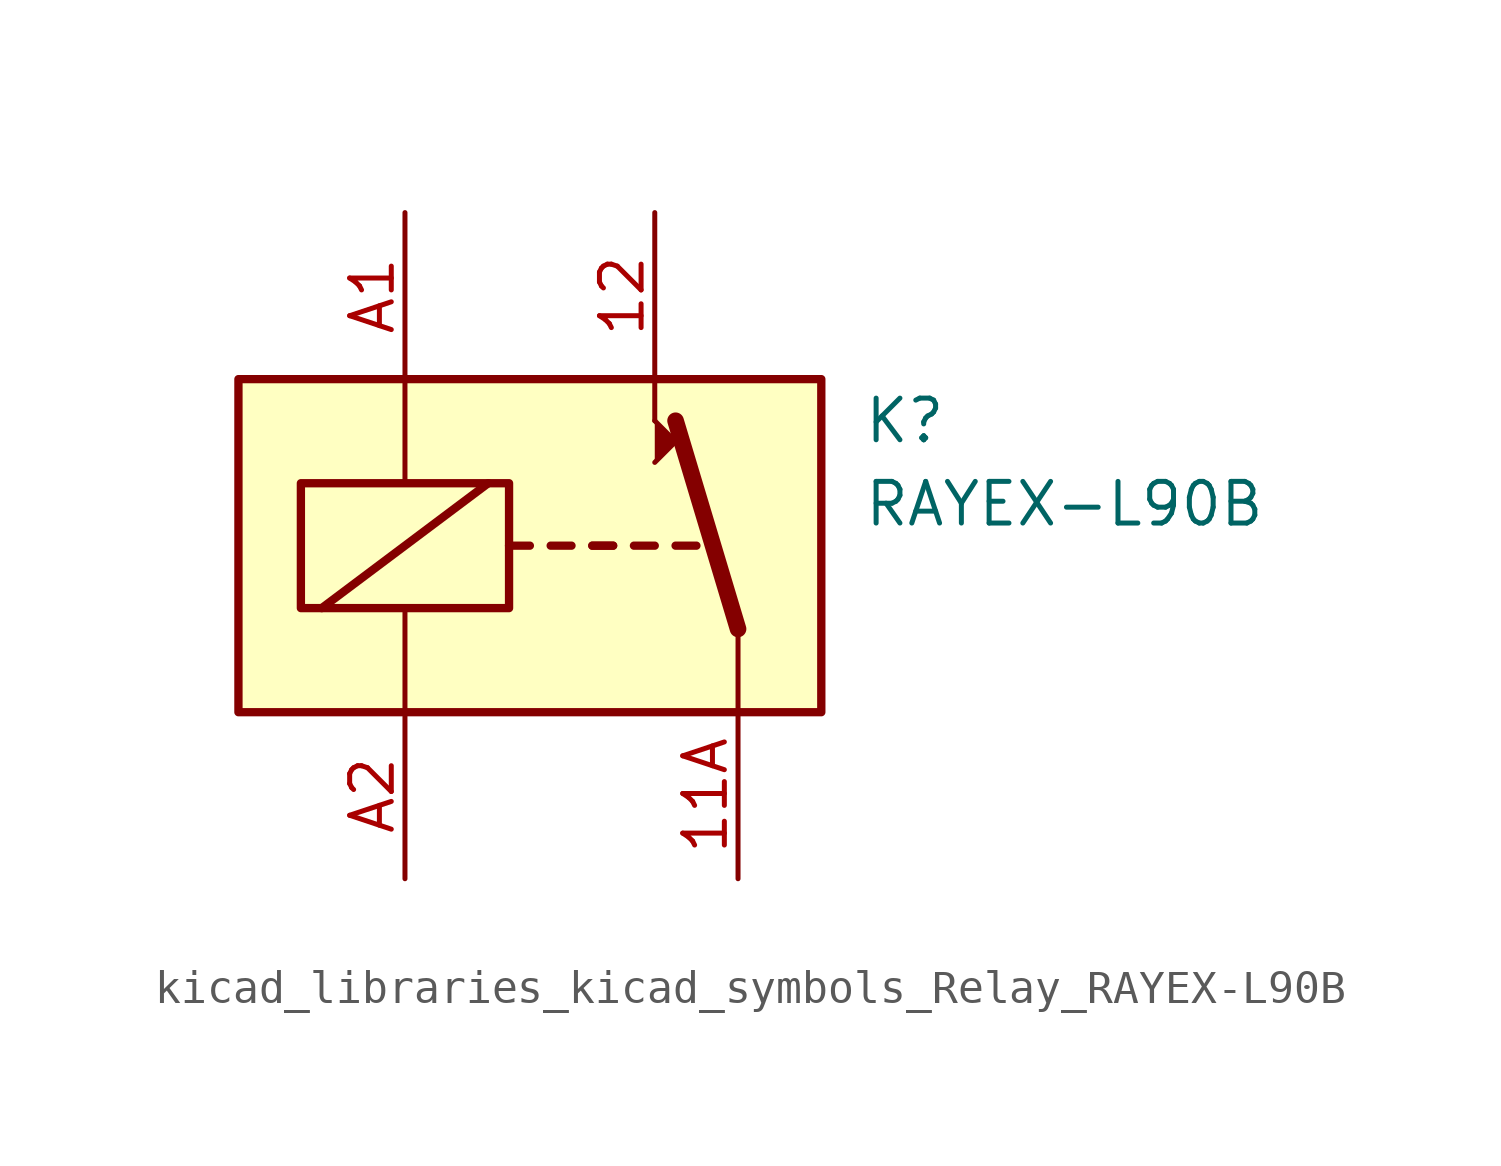
<source format=kicad_sym>
(kicad_symbol_lib
  (version 20220914)
  (generator kicad_symbol_editor)
  (symbol "kicad_libraries_kicad_symbols_Relay_RAYEX-L90B"
    (property "Reference" "K"
      (at 8.89 3.81 0)
      (effects (font (size 1.27 1.27)) (justify left)))
    (property "Value" "RAYEX-L90B"
      (at 8.89 1.27 0)
      (effects (font (size 1.27 1.27)) (justify left)))
    (symbol "kicad_libraries_kicad_symbols_Relay_RAYEX-L90B_1_0"
      (polyline (pts (xy 2.54 3.81) (xy 2.54 5.08)) (stroke (width 0) (type default)) (fill (type none))))
    (symbol "kicad_libraries_kicad_symbols_Relay_RAYEX-L90B_1_1"
      (rectangle (start -10.16 5.08) (end 7.62 -5.08) (stroke (width 0.254) (type default)) (fill (type background)))
      (rectangle (start -8.255 1.905) (end -1.905 -1.905) (stroke (width 0.254) (type default)) (fill (type none)))
      (polyline (pts (xy -7.62 -1.905) (xy -2.54 1.905)) (stroke (width 0.254) (type default)) (fill (type none)))
      (polyline (pts (xy -5.08 -5.08) (xy -5.08 -1.905)) (stroke (width 0) (type default)) (fill (type none)))
      (polyline (pts (xy -5.08 5.08) (xy -5.08 1.905)) (stroke (width 0) (type default)) (fill (type none)))
      (polyline (pts (xy -1.905 0) (xy -1.27 0)) (stroke (width 0.254) (type default)) (fill (type none)))
      (polyline (pts (xy -0.635 0) (xy 0 0)) (stroke (width 0.254) (type default)) (fill (type none)))
      (polyline (pts (xy 0.635 0) (xy 1.27 0)) (stroke (width 0.254) (type default)) (fill (type none)))
      (polyline (pts (xy 0.635 0) (xy 1.27 0)) (stroke (width 0.254) (type default)) (fill (type none)))
      (polyline (pts (xy 1.905 0) (xy 2.54 0)) (stroke (width 0.254) (type default)) (fill (type none)))
      (polyline (pts (xy 3.175 0) (xy 3.81 0)) (stroke (width 0.254) (type default)) (fill (type none)))
      (polyline (pts (xy 5.08 -2.54) (xy 3.175 3.81)) (stroke (width 0.508) (type default)) (fill (type none)))
      (polyline (pts (xy 5.08 -2.54) (xy 5.08 -5.08)) (stroke (width 0) (type default)) (fill (type none)))
      (polyline (pts (xy 2.54 2.54) (xy 3.175 3.175) (xy 2.54 3.81)) (stroke (width 0) (type default)) (fill (type outline)))
      (pin passive line (at 5.08 -10.16 90) (length 5.08) (name "~" (effects (font (size 1.27 1.27)))) (number "11A" (effects (font (size 1.27 1.27)))))
      (pin passive line (at 5.08 -10.16 90) (length 5.08) hide (name "~" (effects (font (size 1.27 1.27)))) (number "11B" (effects (font (size 1.27 1.27)))))
      (pin passive line (at 2.54 10.16 270) (length 5.08) (name "~" (effects (font (size 1.27 1.27)))) (number "12" (effects (font (size 1.27 1.27)))))
      (pin passive line (at -5.08 10.16 270) (length 5.08) (name "~" (effects (font (size 1.27 1.27)))) (number "A1" (effects (font (size 1.27 1.27)))))
      (pin passive line (at -5.08 -10.16 90) (length 5.08) (name "~" (effects (font (size 1.27 1.27)))) (number "A2" (effects (font (size 1.27 1.27))))))))
</source>
